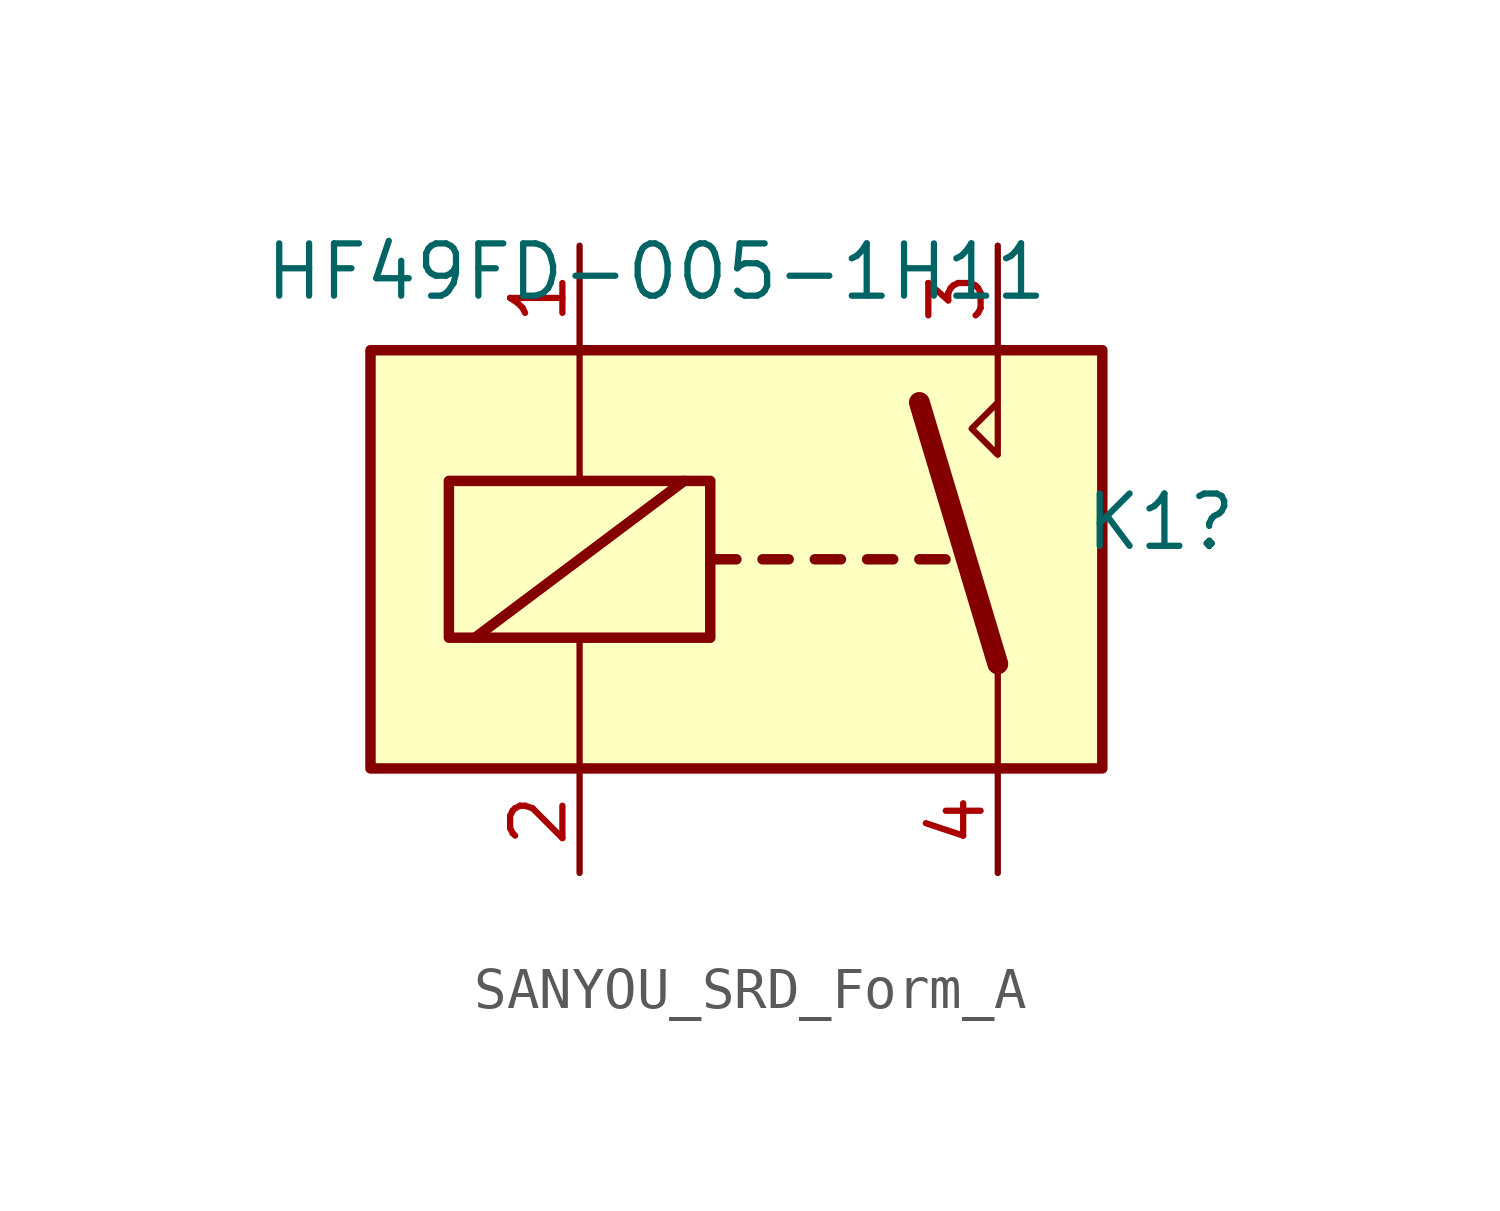
<source format=kicad_sym>
(kicad_symbol_lib
  (version 20211014)
  (generator kicad_symbol_editor)
  (symbol "SANYOU_SRD_Form_A"
    (property "Reference" "K1"
      (at 10.922 0.908 0)
      (effects (font (size 1.27 1.27)) (justify right)))
    (property "Value" "HF49FD-005-1H11"
      (at 6.35 6.985 0)
      (effects (font (size 1.27 1.27)) (justify right)))
    (symbol "SANYOU_SRD_Form_A_0_0"
      (polyline (pts (xy 5.08 5.08) (xy 5.08 2.54) (xy 4.445 3.175) (xy 5.08 3.81)) (stroke (width 0) (type default) (color 0 0 0 0)) (fill (type none))))
    (symbol "SANYOU_SRD_Form_A_0_1"
      (rectangle (start -10.16 5.08) (end 7.62 -5.08) (stroke (width 0.254) (type default) (color 0 0 0 0)) (fill (type background)))
      (rectangle (start -8.255 1.905) (end -1.905 -1.905) (stroke (width 0.254) (type default) (color 0 0 0 0)) (fill (type none)))
      (polyline (pts (xy -7.62 -1.905) (xy -2.54 1.905)) (stroke (width 0.254) (type default) (color 0 0 0 0)) (fill (type none)))
      (polyline (pts (xy -5.08 -5.08) (xy -5.08 -1.905)) (stroke (width 0) (type default) (color 0 0 0 0)) (fill (type none)))
      (polyline (pts (xy -5.08 5.08) (xy -5.08 1.905)) (stroke (width 0) (type default) (color 0 0 0 0)) (fill (type none)))
      (polyline (pts (xy -1.905 0) (xy -1.27 0)) (stroke (width 0.254) (type default) (color 0 0 0 0)) (fill (type none)))
      (polyline (pts (xy -0.635 0) (xy 0 0)) (stroke (width 0.254) (type default) (color 0 0 0 0)) (fill (type none)))
      (polyline (pts (xy 0.635 0) (xy 1.27 0)) (stroke (width 0.254) (type default) (color 0 0 0 0)) (fill (type none)))
      (polyline (pts (xy 1.905 0) (xy 2.54 0)) (stroke (width 0.254) (type default) (color 0 0 0 0)) (fill (type none)))
      (polyline (pts (xy 3.175 0) (xy 3.81 0)) (stroke (width 0.254) (type default) (color 0 0 0 0)) (fill (type none)))
      (polyline (pts (xy 5.08 -2.54) (xy 3.175 3.81)) (stroke (width 0.508) (type default) (color 0 0 0 0)) (fill (type none)))
      (polyline (pts (xy 5.08 -2.54) (xy 5.08 -5.08)) (stroke (width 0) (type default) (color 0 0 0 0)) (fill (type none))))
    (symbol "SANYOU_SRD_Form_A_1_1"
      (pin passive line (at -5.08 7.62 270) (length 2.54) (name "~" (effects (font (size 1.27 1.27)))) (number "1" (effects (font (size 1.27 1.27)))))
      (pin passive line (at -5.08 -7.62 90) (length 2.54) (name "~" (effects (font (size 1.27 1.27)))) (number "2" (effects (font (size 1.27 1.27)))))
      (pin passive line (at 5.08 7.62 270) (length 2.54) (name "~" (effects (font (size 1.27 1.27)))) (number "3" (effects (font (size 1.27 1.27)))))
      (pin passive line (at 5.08 -7.62 90) (length 2.54) (name "~" (effects (font (size 1.27 1.27)))) (number "4" (effects (font (size 1.27 1.27))))))))
</source>
